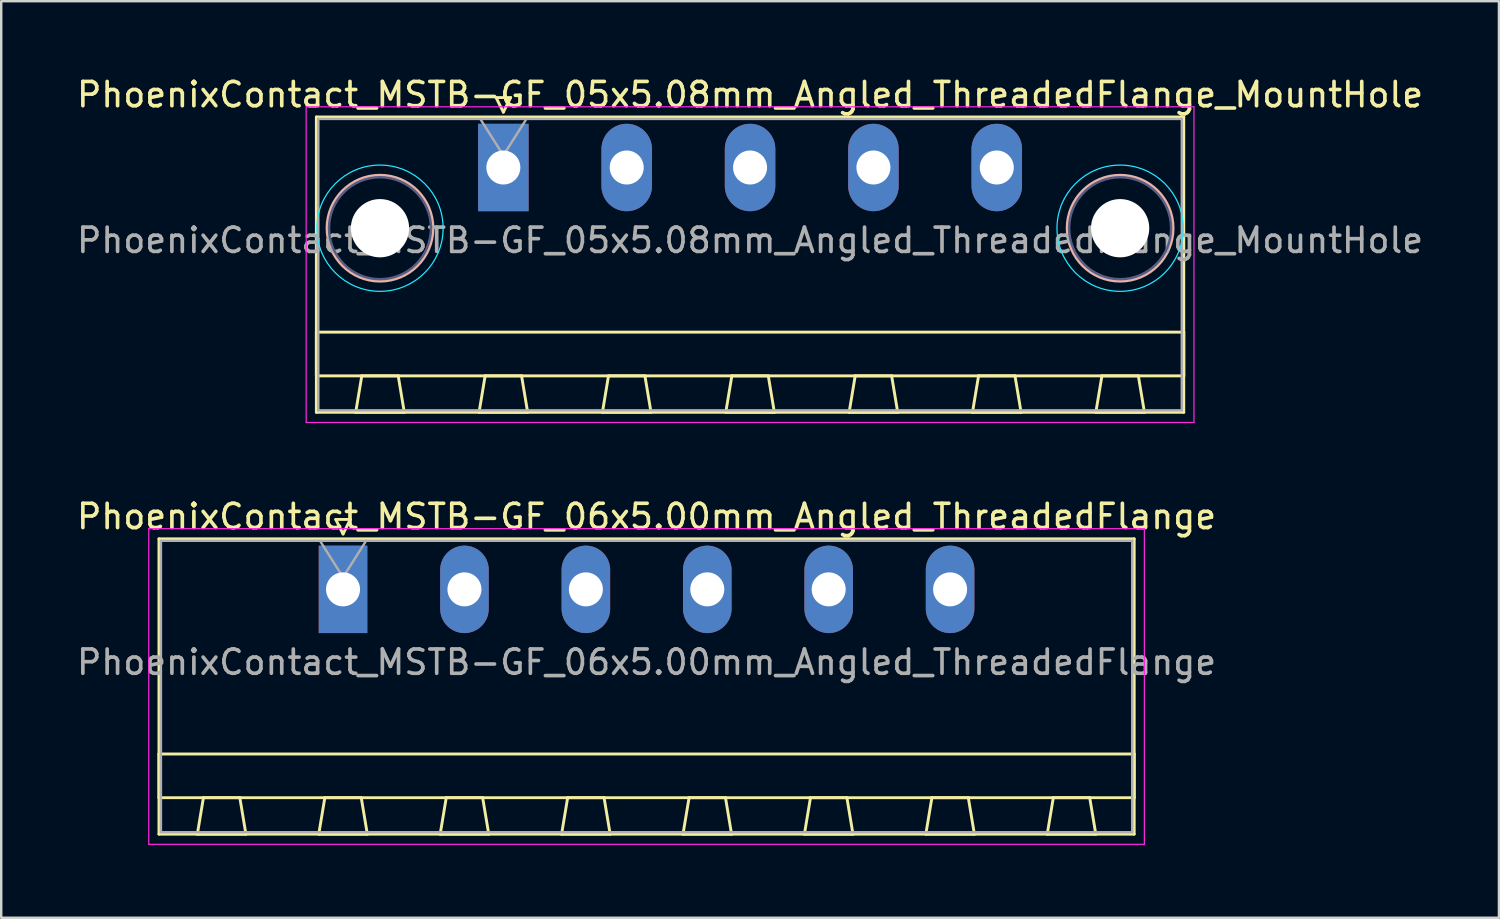
<source format=kicad_pcb>
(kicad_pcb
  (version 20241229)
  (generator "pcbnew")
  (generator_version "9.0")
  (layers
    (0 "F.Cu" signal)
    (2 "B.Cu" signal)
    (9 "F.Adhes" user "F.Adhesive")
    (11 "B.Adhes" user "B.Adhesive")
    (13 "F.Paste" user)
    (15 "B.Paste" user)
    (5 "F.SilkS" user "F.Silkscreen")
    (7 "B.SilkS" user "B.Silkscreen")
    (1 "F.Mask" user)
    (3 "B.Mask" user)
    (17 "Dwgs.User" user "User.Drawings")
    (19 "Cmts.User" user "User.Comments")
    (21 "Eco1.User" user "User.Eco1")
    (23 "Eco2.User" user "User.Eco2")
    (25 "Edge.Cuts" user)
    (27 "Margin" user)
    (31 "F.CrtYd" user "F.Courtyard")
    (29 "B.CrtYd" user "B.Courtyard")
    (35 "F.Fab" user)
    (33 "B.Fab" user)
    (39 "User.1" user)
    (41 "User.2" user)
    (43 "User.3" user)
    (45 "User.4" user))
  (footprint "PhoenixContact_MSTB-GF_05x5.08mm_Angled_ThreadedFlange_MountHole"
    (layer "F.Cu")
    (at 17.679 3.848)
    (property "Reference" "PhoenixContact_MSTB-GF_05x5.08mm_Angled_ThreadedFlange_MountHole" (at 10.16 -3 0) (layer "F.SilkS") (effects (font (size 1 1) (thickness 0.15))))
    (attr through_hole)
    (fp_line (start -7.7 -2.08) (end -7.7 10.08) (stroke (width 0.12) (type solid)) (layer "F.SilkS"))
    (fp_line (start -7.7 6.78) (end 28.02 6.78) (stroke (width 0.12) (type solid)) (layer "F.SilkS"))
    (fp_line (start -7.7 8.58) (end -7.7 6.78) (stroke (width 0.12) (type solid)) (layer "F.SilkS"))
    (fp_line (start -7.7 10.08) (end 28.02 10.08) (stroke (width 0.12) (type solid)) (layer "F.SilkS"))
    (fp_line (start -6.08 10.08) (end -4.08 10.08) (stroke (width 0.12) (type solid)) (layer "F.SilkS"))
    (fp_line (start -5.83 8.58) (end -6.08 10.08) (stroke (width 0.12) (type solid)) (layer "F.SilkS"))
    (fp_line (start -4.33 8.58) (end -5.83 8.58) (stroke (width 0.12) (type solid)) (layer "F.SilkS"))
    (fp_line (start -4.08 10.08) (end -4.33 8.58) (stroke (width 0.12) (type solid)) (layer "F.SilkS"))
    (fp_line (start -1 10.08) (end 1 10.08) (stroke (width 0.12) (type solid)) (layer "F.SilkS"))
    (fp_line (start -0.75 8.58) (end -1 10.08) (stroke (width 0.12) (type solid)) (layer "F.SilkS"))
    (fp_line (start -0.3 -2.88) (end 0.3 -2.88) (stroke (width 0.12) (type solid)) (layer "F.SilkS"))
    (fp_line (start 0 -2.28) (end -0.3 -2.88) (stroke (width 0.12) (type solid)) (layer "F.SilkS"))
    (fp_line (start 0.3 -2.88) (end 0 -2.28) (stroke (width 0.12) (type solid)) (layer "F.SilkS"))
    (fp_line (start 0.75 8.58) (end -0.75 8.58) (stroke (width 0.12) (type solid)) (layer "F.SilkS"))
    (fp_line (start 1 10.08) (end 0.75 8.58) (stroke (width 0.12) (type solid)) (layer "F.SilkS"))
    (fp_line (start 4.08 10.08) (end 6.08 10.08) (stroke (width 0.12) (type solid)) (layer "F.SilkS"))
    (fp_line (start 4.33 8.58) (end 4.08 10.08) (stroke (width 0.12) (type solid)) (layer "F.SilkS"))
    (fp_line (start 5.83 8.58) (end 4.33 8.58) (stroke (width 0.12) (type solid)) (layer "F.SilkS"))
    (fp_line (start 6.08 10.08) (end 5.83 8.58) (stroke (width 0.12) (type solid)) (layer "F.SilkS"))
    (fp_line (start 9.16 10.08) (end 11.16 10.08) (stroke (width 0.12) (type solid)) (layer "F.SilkS"))
    (fp_line (start 9.41 8.58) (end 9.16 10.08) (stroke (width 0.12) (type solid)) (layer "F.SilkS"))
    (fp_line (start 10.91 8.58) (end 9.41 8.58) (stroke (width 0.12) (type solid)) (layer "F.SilkS"))
    (fp_line (start 11.16 10.08) (end 10.91 8.58) (stroke (width 0.12) (type solid)) (layer "F.SilkS"))
    (fp_line (start 14.24 10.08) (end 16.24 10.08) (stroke (width 0.12) (type solid)) (layer "F.SilkS"))
    (fp_line (start 14.49 8.58) (end 14.24 10.08) (stroke (width 0.12) (type solid)) (layer "F.SilkS"))
    (fp_line (start 15.99 8.58) (end 14.49 8.58) (stroke (width 0.12) (type solid)) (layer "F.SilkS"))
    (fp_line (start 16.24 10.08) (end 15.99 8.58) (stroke (width 0.12) (type solid)) (layer "F.SilkS"))
    (fp_line (start 19.32 10.08) (end 21.32 10.08) (stroke (width 0.12) (type solid)) (layer "F.SilkS"))
    (fp_line (start 19.57 8.58) (end 19.32 10.08) (stroke (width 0.12) (type solid)) (layer "F.SilkS"))
    (fp_line (start 21.07 8.58) (end 19.57 8.58) (stroke (width 0.12) (type solid)) (layer "F.SilkS"))
    (fp_line (start 21.32 10.08) (end 21.07 8.58) (stroke (width 0.12) (type solid)) (layer "F.SilkS"))
    (fp_line (start 24.4 10.08) (end 26.4 10.08) (stroke (width 0.12) (type solid)) (layer "F.SilkS"))
    (fp_line (start 24.65 8.58) (end 24.4 10.08) (stroke (width 0.12) (type solid)) (layer "F.SilkS"))
    (fp_line (start 26.15 8.58) (end 24.65 8.58) (stroke (width 0.12) (type solid)) (layer "F.SilkS"))
    (fp_line (start 26.4 10.08) (end 26.15 8.58) (stroke (width 0.12) (type solid)) (layer "F.SilkS"))
    (fp_line (start 28.02 -2.08) (end -7.7 -2.08) (stroke (width 0.12) (type solid)) (layer "F.SilkS"))
    (fp_line (start 28.02 6.78) (end 28.02 8.58) (stroke (width 0.12) (type solid)) (layer "F.SilkS"))
    (fp_line (start 28.02 8.58) (end -7.7 8.58) (stroke (width 0.12) (type solid)) (layer "F.SilkS"))
    (fp_line (start 28.02 10.08) (end 28.02 -2.08) (stroke (width 0.12) (type solid)) (layer "F.SilkS"))
    (fp_circle (center -5.08 2.5) (end -2.9 2.5) (stroke (width 0.12) (type solid)) (fill no) (layer "B.SilkS"))
    (fp_circle (center 25.4 2.5) (end 27.58 2.5) (stroke (width 0.12) (type solid)) (fill no) (layer "B.SilkS"))
    (fp_circle (center -5.08 2.5) (end -2.48 2.5) (stroke (width 0.05) (type solid)) (fill no) (layer "B.CrtYd"))
    (fp_circle (center 25.4 2.5) (end 28 2.5) (stroke (width 0.05) (type solid)) (fill no) (layer "B.CrtYd"))
    (fp_line (start -8.12 -2.5) (end -8.12 10.5) (stroke (width 0.05) (type solid)) (layer "F.CrtYd"))
    (fp_line (start -8.12 10.5) (end 28.44 10.5) (stroke (width 0.05) (type solid)) (layer "F.CrtYd"))
    (fp_line (start 28.44 -2.5) (end -8.12 -2.5) (stroke (width 0.05) (type solid)) (layer "F.CrtYd"))
    (fp_line (start 28.44 10.5) (end 28.44 -2.5) (stroke (width 0.05) (type solid)) (layer "F.CrtYd"))
    (fp_circle (center -5.08 2.5) (end -2.98 2.5) (stroke (width 0.1) (type solid)) (fill no) (layer "B.Fab"))
    (fp_circle (center 25.4 2.5) (end 27.5 2.5) (stroke (width 0.1) (type solid)) (fill no) (layer "B.Fab"))
    (fp_line (start -7.62 -2) (end -7.62 10) (stroke (width 0.1) (type solid)) (layer "F.Fab"))
    (fp_line (start -7.62 10) (end 27.94 10) (stroke (width 0.1) (type solid)) (layer "F.Fab"))
    (fp_line (start 0 -0.5) (end -0.95 -2) (stroke (width 0.1) (type solid)) (layer "F.Fab"))
    (fp_line (start 0.95 -2) (end 0 -0.5) (stroke (width 0.1) (type solid)) (layer "F.Fab"))
    (fp_line (start 27.94 -2) (end -7.62 -2) (stroke (width 0.1) (type solid)) (layer "F.Fab"))
    (fp_line (start 27.94 10) (end 27.94 -2) (stroke (width 0.1) (type solid)) (layer "F.Fab"))
    (fp_text user "${REFERENCE}" (at 10.16 3 0) (layer "F.Fab") (effects (font (size 1 1) (thickness 0.15))))
    (pad "" np_thru_hole circle (at -5.08 2.5) (size 2.4 2.4) (drill 2.4) (layers "*.Cu" "*.Mask"))
    (pad "" np_thru_hole circle (at 25.4 2.5) (size 2.4 2.4) (drill 2.4) (layers "*.Cu" "*.Mask"))
    (pad "1" thru_hole rect (at 0 0) (size 2.08 3.6) (drill 1.4) (layers "*.Cu" "*.Mask"))
    (pad "2" thru_hole oval (at 5.08 0) (size 2.08 3.6) (drill 1.4) (layers "*.Cu" "*.Mask"))
    (pad "3" thru_hole oval (at 10.16 0) (size 2.08 3.6) (drill 1.4) (layers "*.Cu" "*.Mask"))
    (pad "4" thru_hole oval (at 15.24 0) (size 2.08 3.6) (drill 1.4) (layers "*.Cu" "*.Mask"))
    (pad "5" thru_hole oval (at 20.32 0) (size 2.08 3.6) (drill 1.4) (layers "*.Cu" "*.Mask")))
  (footprint "PhoenixContact_MSTB-GF_06x5.00mm_Angled_ThreadedFlange"
    (layer "F.Cu")
    (at 11.077 21.221)
    (property "Reference" "PhoenixContact_MSTB-GF_06x5.00mm_Angled_ThreadedFlange" (at 12.5 -3 0) (layer "F.SilkS") (effects (font (size 1 1) (thickness 0.15))))
    (attr through_hole)
    (fp_line (start -7.58 -2.08) (end -7.58 10.08) (stroke (width 0.12) (type solid)) (layer "F.SilkS"))
    (fp_line (start -7.58 6.78) (end 32.58 6.78) (stroke (width 0.12) (type solid)) (layer "F.SilkS"))
    (fp_line (start -7.58 8.58) (end -7.58 6.78) (stroke (width 0.12) (type solid)) (layer "F.SilkS"))
    (fp_line (start -7.58 10.08) (end 32.58 10.08) (stroke (width 0.12) (type solid)) (layer "F.SilkS"))
    (fp_line (start -6 10.08) (end -4 10.08) (stroke (width 0.12) (type solid)) (layer "F.SilkS"))
    (fp_line (start -5.75 8.58) (end -6 10.08) (stroke (width 0.12) (type solid)) (layer "F.SilkS"))
    (fp_line (start -4.25 8.58) (end -5.75 8.58) (stroke (width 0.12) (type solid)) (layer "F.SilkS"))
    (fp_line (start -4 10.08) (end -4.25 8.58) (stroke (width 0.12) (type solid)) (layer "F.SilkS"))
    (fp_line (start -1 10.08) (end 1 10.08) (stroke (width 0.12) (type solid)) (layer "F.SilkS"))
    (fp_line (start -0.75 8.58) (end -1 10.08) (stroke (width 0.12) (type solid)) (layer "F.SilkS"))
    (fp_line (start -0.3 -2.88) (end 0.3 -2.88) (stroke (width 0.12) (type solid)) (layer "F.SilkS"))
    (fp_line (start 0 -2.28) (end -0.3 -2.88) (stroke (width 0.12) (type solid)) (layer "F.SilkS"))
    (fp_line (start 0.3 -2.88) (end 0 -2.28) (stroke (width 0.12) (type solid)) (layer "F.SilkS"))
    (fp_line (start 0.75 8.58) (end -0.75 8.58) (stroke (width 0.12) (type solid)) (layer "F.SilkS"))
    (fp_line (start 1 10.08) (end 0.75 8.58) (stroke (width 0.12) (type solid)) (layer "F.SilkS"))
    (fp_line (start 4 10.08) (end 6 10.08) (stroke (width 0.12) (type solid)) (layer "F.SilkS"))
    (fp_line (start 4.25 8.58) (end 4 10.08) (stroke (width 0.12) (type solid)) (layer "F.SilkS"))
    (fp_line (start 5.75 8.58) (end 4.25 8.58) (stroke (width 0.12) (type solid)) (layer "F.SilkS"))
    (fp_line (start 6 10.08) (end 5.75 8.58) (stroke (width 0.12) (type solid)) (layer "F.SilkS"))
    (fp_line (start 9 10.08) (end 11 10.08) (stroke (width 0.12) (type solid)) (layer "F.SilkS"))
    (fp_line (start 9.25 8.58) (end 9 10.08) (stroke (width 0.12) (type solid)) (layer "F.SilkS"))
    (fp_line (start 10.75 8.58) (end 9.25 8.58) (stroke (width 0.12) (type solid)) (layer "F.SilkS"))
    (fp_line (start 11 10.08) (end 10.75 8.58) (stroke (width 0.12) (type solid)) (layer "F.SilkS"))
    (fp_line (start 14 10.08) (end 16 10.08) (stroke (width 0.12) (type solid)) (layer "F.SilkS"))
    (fp_line (start 14.25 8.58) (end 14 10.08) (stroke (width 0.12) (type solid)) (layer "F.SilkS"))
    (fp_line (start 15.75 8.58) (end 14.25 8.58) (stroke (width 0.12) (type solid)) (layer "F.SilkS"))
    (fp_line (start 16 10.08) (end 15.75 8.58) (stroke (width 0.12) (type solid)) (layer "F.SilkS"))
    (fp_line (start 19 10.08) (end 21 10.08) (stroke (width 0.12) (type solid)) (layer "F.SilkS"))
    (fp_line (start 19.25 8.58) (end 19 10.08) (stroke (width 0.12) (type solid)) (layer "F.SilkS"))
    (fp_line (start 20.75 8.58) (end 19.25 8.58) (stroke (width 0.12) (type solid)) (layer "F.SilkS"))
    (fp_line (start 21 10.08) (end 20.75 8.58) (stroke (width 0.12) (type solid)) (layer "F.SilkS"))
    (fp_line (start 24 10.08) (end 26 10.08) (stroke (width 0.12) (type solid)) (layer "F.SilkS"))
    (fp_line (start 24.25 8.58) (end 24 10.08) (stroke (width 0.12) (type solid)) (layer "F.SilkS"))
    (fp_line (start 25.75 8.58) (end 24.25 8.58) (stroke (width 0.12) (type solid)) (layer "F.SilkS"))
    (fp_line (start 26 10.08) (end 25.75 8.58) (stroke (width 0.12) (type solid)) (layer "F.SilkS"))
    (fp_line (start 29 10.08) (end 31 10.08) (stroke (width 0.12) (type solid)) (layer "F.SilkS"))
    (fp_line (start 29.25 8.58) (end 29 10.08) (stroke (width 0.12) (type solid)) (layer "F.SilkS"))
    (fp_line (start 30.75 8.58) (end 29.25 8.58) (stroke (width 0.12) (type solid)) (layer "F.SilkS"))
    (fp_line (start 31 10.08) (end 30.75 8.58) (stroke (width 0.12) (type solid)) (layer "F.SilkS"))
    (fp_line (start 32.58 -2.08) (end -7.58 -2.08) (stroke (width 0.12) (type solid)) (layer "F.SilkS"))
    (fp_line (start 32.58 6.78) (end 32.58 8.58) (stroke (width 0.12) (type solid)) (layer "F.SilkS"))
    (fp_line (start 32.58 8.58) (end -7.58 8.58) (stroke (width 0.12) (type solid)) (layer "F.SilkS"))
    (fp_line (start 32.58 10.08) (end 32.58 -2.08) (stroke (width 0.12) (type solid)) (layer "F.SilkS"))
    (fp_line (start -8 -2.5) (end -8 10.5) (stroke (width 0.05) (type solid)) (layer "F.CrtYd"))
    (fp_line (start -8 10.5) (end 33 10.5) (stroke (width 0.05) (type solid)) (layer "F.CrtYd"))
    (fp_line (start 33 -2.5) (end -8 -2.5) (stroke (width 0.05) (type solid)) (layer "F.CrtYd"))
    (fp_line (start 33 10.5) (end 33 -2.5) (stroke (width 0.05) (type solid)) (layer "F.CrtYd"))
    (fp_line (start -7.5 -2) (end -7.5 10) (stroke (width 0.1) (type solid)) (layer "F.Fab"))
    (fp_line (start -7.5 10) (end 32.5 10) (stroke (width 0.1) (type solid)) (layer "F.Fab"))
    (fp_line (start 0 -0.5) (end -0.95 -2) (stroke (width 0.1) (type solid)) (layer "F.Fab"))
    (fp_line (start 0.95 -2) (end 0 -0.5) (stroke (width 0.1) (type solid)) (layer "F.Fab"))
    (fp_line (start 32.5 -2) (end -7.5 -2) (stroke (width 0.1) (type solid)) (layer "F.Fab"))
    (fp_line (start 32.5 10) (end 32.5 -2) (stroke (width 0.1) (type solid)) (layer "F.Fab"))
    (fp_text user "${REFERENCE}" (at 12.5 3 0) (layer "F.Fab") (effects (font (size 1 1) (thickness 0.15))))
    (pad "1" thru_hole rect (at 0 0) (size 2 3.6) (drill 1.4) (layers "*.Cu" "*.Mask"))
    (pad "2" thru_hole oval (at 5 0) (size 2 3.6) (drill 1.4) (layers "*.Cu" "*.Mask"))
    (pad "3" thru_hole oval (at 10 0) (size 2 3.6) (drill 1.4) (layers "*.Cu" "*.Mask"))
    (pad "4" thru_hole oval (at 15 0) (size 2 3.6) (drill 1.4) (layers "*.Cu" "*.Mask"))
    (pad "5" thru_hole oval (at 20 0) (size 2 3.6) (drill 1.4) (layers "*.Cu" "*.Mask"))
    (pad "6" thru_hole oval (at 25 0) (size 2 3.6) (drill 1.4) (layers "*.Cu" "*.Mask")))
  (gr_rect
    (start -3 -3)
    (end 58.679 34.746)
    (stroke (width 0.1) (type default))
    (fill no)
    (layer "Edge.Cuts")))
</source>
